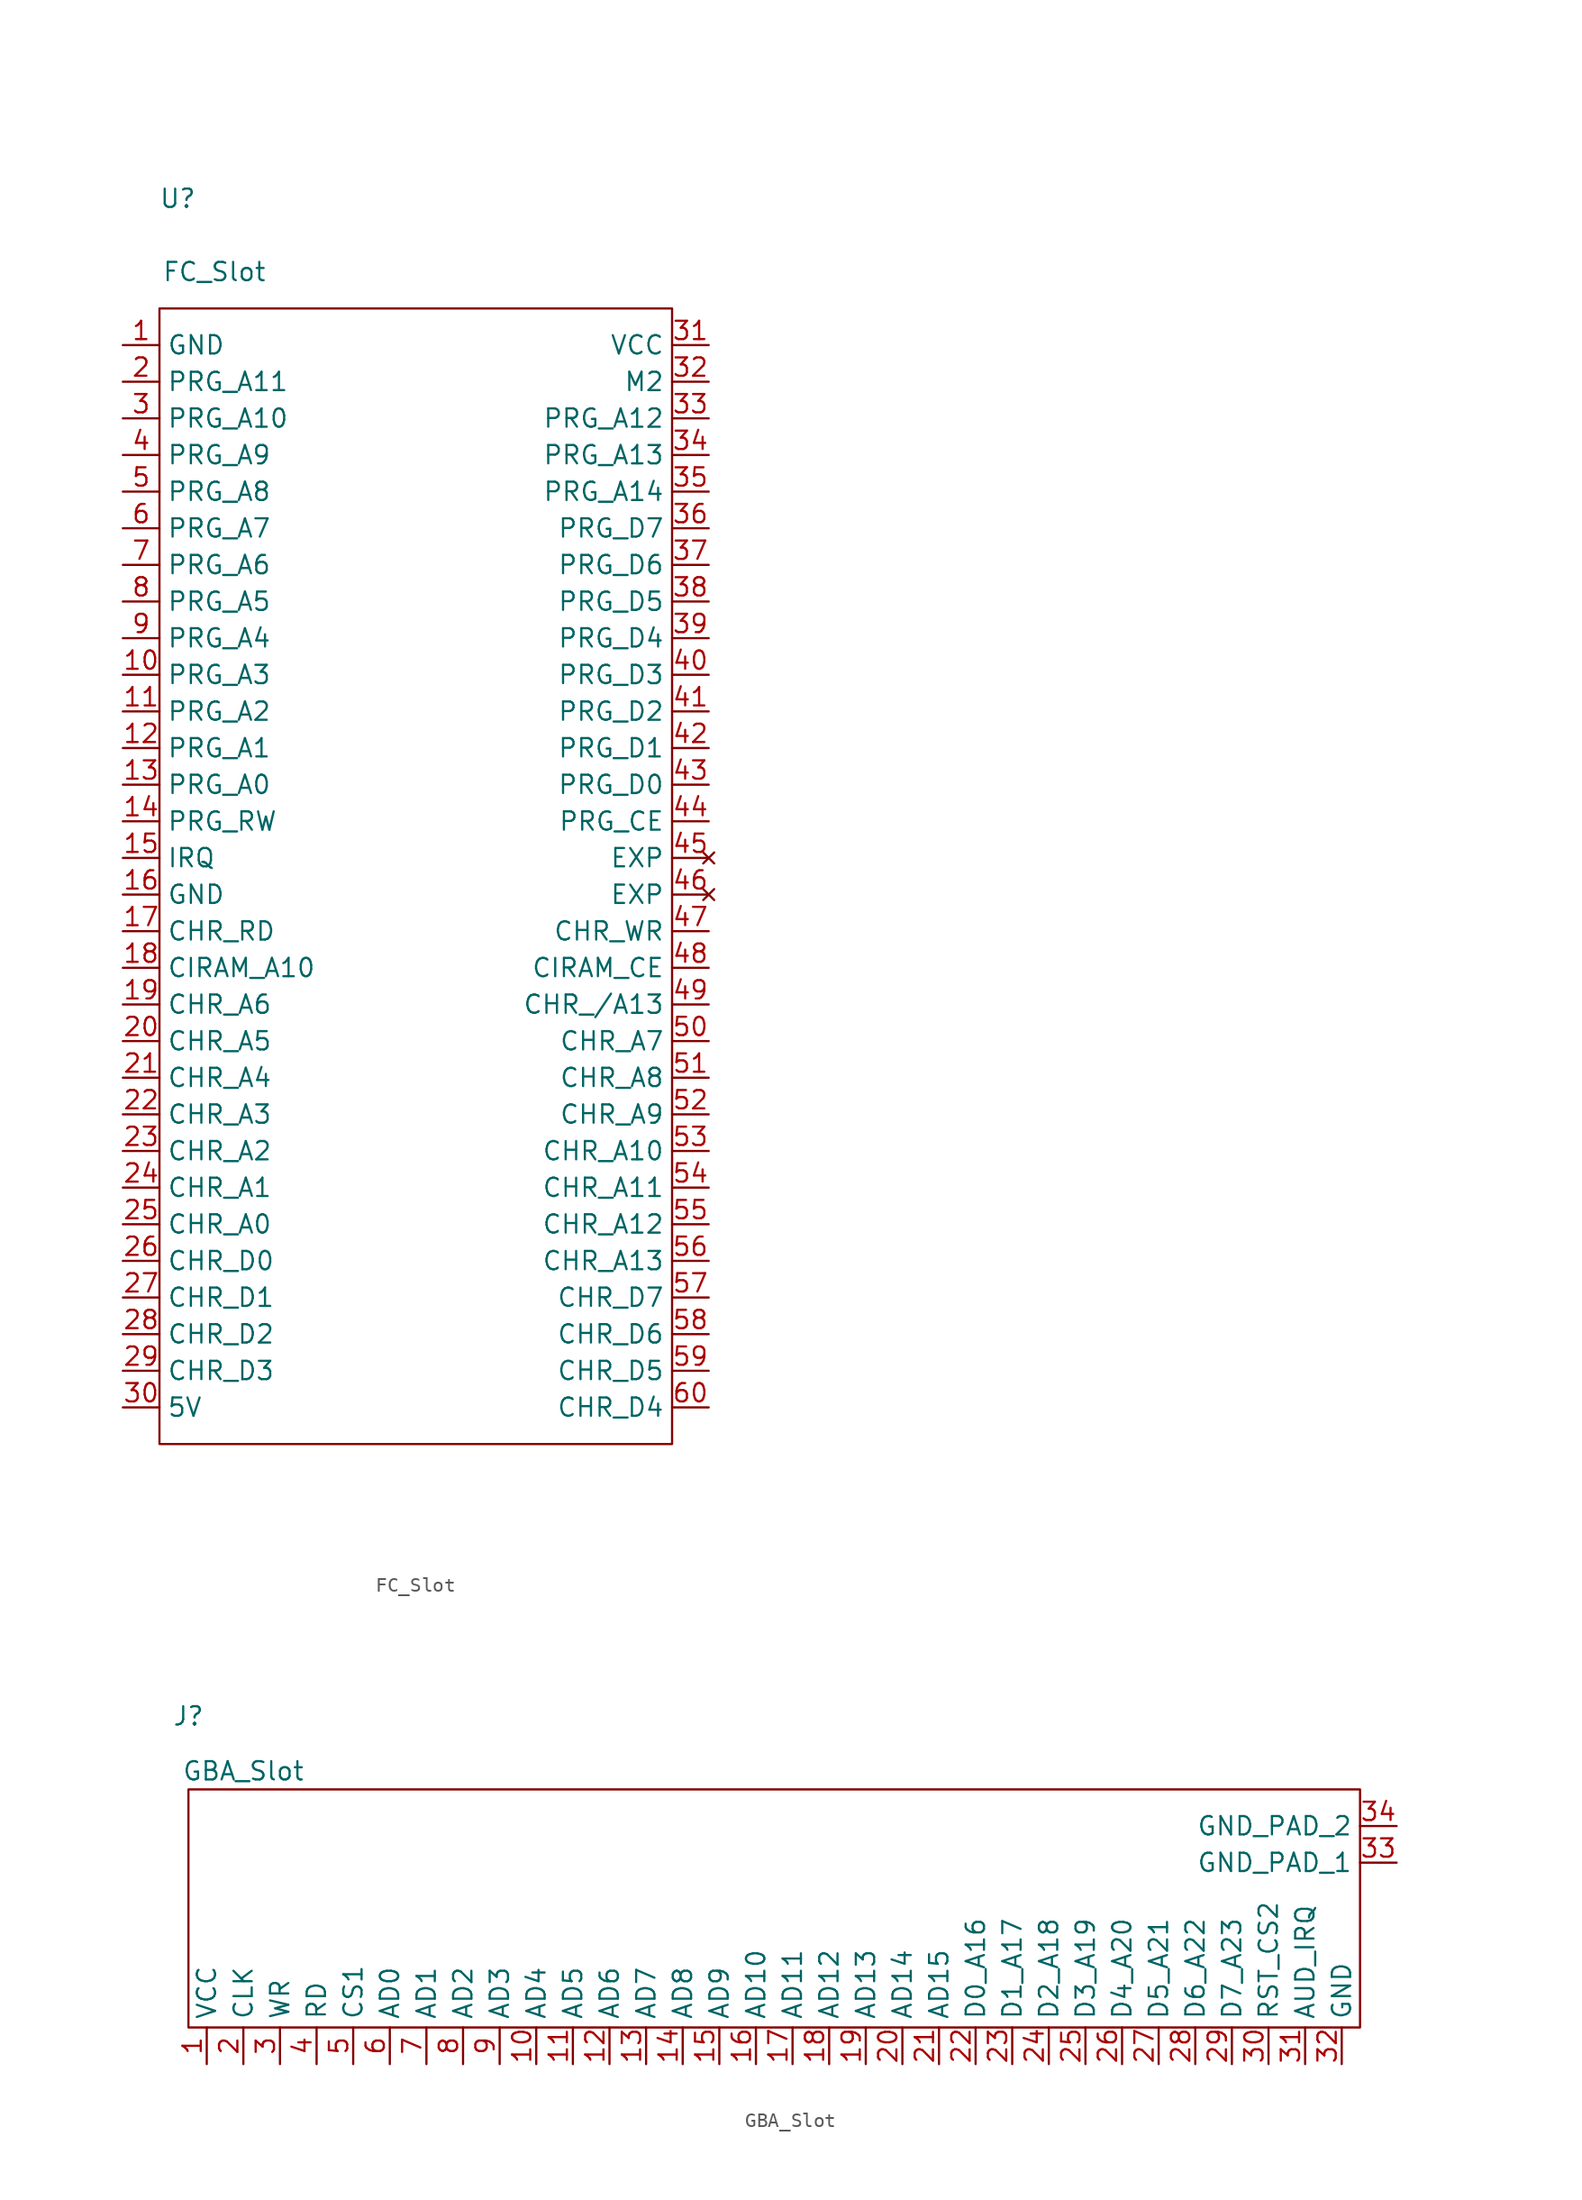
<source format=kicad_sym>
(kicad_symbol_lib
  (version 20211014)
  (generator kicad_symbol_editor)
  (symbol "FC_Slot"
    (property "Reference" "U"
      (at -16.51 52.07 0)
      (effects (font (size 1.27 1.27))))
    (property "Value" "FC_Slot"
      (at -13.97 46.99 0)
      (effects (font (size 1.27 1.27))))
    (symbol "FC_Slot_0_1"
      (rectangle (start -17.78 44.45) (end 17.78 -34.29) (stroke (width 0.152) (type default) (color 0 0 0 0)) (fill (type none))))
    (symbol "FC_Slot_1_1"
      (pin power_in line (at -20.32 41.91 0) (length 2.54) (name "GND" (effects (font (size 1.27 1.27)))) (number "1" (effects (font (size 1.27 1.27)))))
      (pin input line (at -20.32 19.05 0) (length 2.54) (name "PRG_A3" (effects (font (size 1.27 1.27)))) (number "10" (effects (font (size 1.27 1.27)))))
      (pin input line (at -20.32 16.51 0) (length 2.54) (name "PRG_A2" (effects (font (size 1.27 1.27)))) (number "11" (effects (font (size 1.27 1.27)))))
      (pin input line (at -20.32 13.97 0) (length 2.54) (name "PRG_A1" (effects (font (size 1.27 1.27)))) (number "12" (effects (font (size 1.27 1.27)))))
      (pin input line (at -20.32 11.43 0) (length 2.54) (name "PRG_A0" (effects (font (size 1.27 1.27)))) (number "13" (effects (font (size 1.27 1.27)))))
      (pin input line (at -20.32 8.89 0) (length 2.54) (name "PRG_RW" (effects (font (size 1.27 1.27)))) (number "14" (effects (font (size 1.27 1.27)))))
      (pin input line (at -20.32 6.35 0) (length 2.54) (name "IRQ" (effects (font (size 1.27 1.27)))) (number "15" (effects (font (size 1.27 1.27)))))
      (pin power_in line (at -20.32 3.81 0) (length 2.54) (name "GND" (effects (font (size 1.27 1.27)))) (number "16" (effects (font (size 1.27 1.27)))))
      (pin input line (at -20.32 1.27 0) (length 2.54) (name "CHR_RD" (effects (font (size 1.27 1.27)))) (number "17" (effects (font (size 1.27 1.27)))))
      (pin input line (at -20.32 -1.27 0) (length 2.54) (name "CIRAM_A10" (effects (font (size 1.27 1.27)))) (number "18" (effects (font (size 1.27 1.27)))))
      (pin input line (at -20.32 -3.81 0) (length 2.54) (name "CHR_A6" (effects (font (size 1.27 1.27)))) (number "19" (effects (font (size 1.27 1.27)))))
      (pin input line (at -20.32 39.37 0) (length 2.54) (name "PRG_A11" (effects (font (size 1.27 1.27)))) (number "2" (effects (font (size 1.27 1.27)))))
      (pin input line (at -20.32 -6.35 0) (length 2.54) (name "CHR_A5" (effects (font (size 1.27 1.27)))) (number "20" (effects (font (size 1.27 1.27)))))
      (pin input line (at -20.32 -8.89 0) (length 2.54) (name "CHR_A4" (effects (font (size 1.27 1.27)))) (number "21" (effects (font (size 1.27 1.27)))))
      (pin input line (at -20.32 -11.43 0) (length 2.54) (name "CHR_A3" (effects (font (size 1.27 1.27)))) (number "22" (effects (font (size 1.27 1.27)))))
      (pin input line (at -20.32 -13.97 0) (length 2.54) (name "CHR_A2" (effects (font (size 1.27 1.27)))) (number "23" (effects (font (size 1.27 1.27)))))
      (pin input line (at -20.32 -16.51 0) (length 2.54) (name "CHR_A1" (effects (font (size 1.27 1.27)))) (number "24" (effects (font (size 1.27 1.27)))))
      (pin input line (at -20.32 -19.05 0) (length 2.54) (name "CHR_A0" (effects (font (size 1.27 1.27)))) (number "25" (effects (font (size 1.27 1.27)))))
      (pin bidirectional line (at -20.32 -21.59 0) (length 2.54) (name "CHR_D0" (effects (font (size 1.27 1.27)))) (number "26" (effects (font (size 1.27 1.27)))))
      (pin bidirectional line (at -20.32 -24.13 0) (length 2.54) (name "CHR_D1" (effects (font (size 1.27 1.27)))) (number "27" (effects (font (size 1.27 1.27)))))
      (pin bidirectional line (at -20.32 -26.67 0) (length 2.54) (name "CHR_D2" (effects (font (size 1.27 1.27)))) (number "28" (effects (font (size 1.27 1.27)))))
      (pin bidirectional line (at -20.32 -29.21 0) (length 2.54) (name "CHR_D3" (effects (font (size 1.27 1.27)))) (number "29" (effects (font (size 1.27 1.27)))))
      (pin input line (at -20.32 36.83 0) (length 2.54) (name "PRG_A10" (effects (font (size 1.27 1.27)))) (number "3" (effects (font (size 1.27 1.27)))))
      (pin power_in line (at -20.32 -31.75 0) (length 2.54) (name "5V" (effects (font (size 1.27 1.27)))) (number "30" (effects (font (size 1.27 1.27)))))
      (pin power_in line (at 20.32 41.91 180) (length 2.54) (name "VCC" (effects (font (size 1.27 1.27)))) (number "31" (effects (font (size 1.27 1.27)))))
      (pin input line (at 20.32 39.37 180) (length 2.54) (name "M2" (effects (font (size 1.27 1.27)))) (number "32" (effects (font (size 1.27 1.27)))))
      (pin input line (at 20.32 36.83 180) (length 2.54) (name "PRG_A12" (effects (font (size 1.27 1.27)))) (number "33" (effects (font (size 1.27 1.27)))))
      (pin input line (at 20.32 34.29 180) (length 2.54) (name "PRG_A13" (effects (font (size 1.27 1.27)))) (number "34" (effects (font (size 1.27 1.27)))))
      (pin input line (at 20.32 31.75 180) (length 2.54) (name "PRG_A14" (effects (font (size 1.27 1.27)))) (number "35" (effects (font (size 1.27 1.27)))))
      (pin bidirectional line (at 20.32 29.21 180) (length 2.54) (name "PRG_D7" (effects (font (size 1.27 1.27)))) (number "36" (effects (font (size 1.27 1.27)))))
      (pin bidirectional line (at 20.32 26.67 180) (length 2.54) (name "PRG_D6" (effects (font (size 1.27 1.27)))) (number "37" (effects (font (size 1.27 1.27)))))
      (pin bidirectional line (at 20.32 24.13 180) (length 2.54) (name "PRG_D5" (effects (font (size 1.27 1.27)))) (number "38" (effects (font (size 1.27 1.27)))))
      (pin bidirectional line (at 20.32 21.59 180) (length 2.54) (name "PRG_D4" (effects (font (size 1.27 1.27)))) (number "39" (effects (font (size 1.27 1.27)))))
      (pin input line (at -20.32 34.29 0) (length 2.54) (name "PRG_A9" (effects (font (size 1.27 1.27)))) (number "4" (effects (font (size 1.27 1.27)))))
      (pin bidirectional line (at 20.32 19.05 180) (length 2.54) (name "PRG_D3" (effects (font (size 1.27 1.27)))) (number "40" (effects (font (size 1.27 1.27)))))
      (pin bidirectional line (at 20.32 16.51 180) (length 2.54) (name "PRG_D2" (effects (font (size 1.27 1.27)))) (number "41" (effects (font (size 1.27 1.27)))))
      (pin bidirectional line (at 20.32 13.97 180) (length 2.54) (name "PRG_D1" (effects (font (size 1.27 1.27)))) (number "42" (effects (font (size 1.27 1.27)))))
      (pin bidirectional line (at 20.32 11.43 180) (length 2.54) (name "PRG_D0" (effects (font (size 1.27 1.27)))) (number "43" (effects (font (size 1.27 1.27)))))
      (pin input line (at 20.32 8.89 180) (length 2.54) (name "PRG_CE" (effects (font (size 1.27 1.27)))) (number "44" (effects (font (size 1.27 1.27)))))
      (pin no_connect line (at 20.32 6.35 180) (length 2.54) (name "EXP" (effects (font (size 1.27 1.27)))) (number "45" (effects (font (size 1.27 1.27)))))
      (pin no_connect line (at 20.32 3.81 180) (length 2.54) (name "EXP" (effects (font (size 1.27 1.27)))) (number "46" (effects (font (size 1.27 1.27)))))
      (pin input line (at 20.32 1.27 180) (length 2.54) (name "CHR_WR" (effects (font (size 1.27 1.27)))) (number "47" (effects (font (size 1.27 1.27)))))
      (pin input line (at 20.32 -1.27 180) (length 2.54) (name "CIRAM_CE" (effects (font (size 1.27 1.27)))) (number "48" (effects (font (size 1.27 1.27)))))
      (pin input line (at 20.32 -3.81 180) (length 2.54) (name "CHR_/A13" (effects (font (size 1.27 1.27)))) (number "49" (effects (font (size 1.27 1.27)))))
      (pin input line (at -20.32 31.75 0) (length 2.54) (name "PRG_A8" (effects (font (size 1.27 1.27)))) (number "5" (effects (font (size 1.27 1.27)))))
      (pin bidirectional line (at 20.32 -6.35 180) (length 2.54) (name "CHR_A7" (effects (font (size 1.27 1.27)))) (number "50" (effects (font (size 1.27 1.27)))))
      (pin input line (at 20.32 -8.89 180) (length 2.54) (name "CHR_A8" (effects (font (size 1.27 1.27)))) (number "51" (effects (font (size 1.27 1.27)))))
      (pin input line (at 20.32 -11.43 180) (length 2.54) (name "CHR_A9" (effects (font (size 1.27 1.27)))) (number "52" (effects (font (size 1.27 1.27)))))
      (pin input line (at 20.32 -13.97 180) (length 2.54) (name "CHR_A10" (effects (font (size 1.27 1.27)))) (number "53" (effects (font (size 1.27 1.27)))))
      (pin input line (at 20.32 -16.51 180) (length 2.54) (name "CHR_A11" (effects (font (size 1.27 1.27)))) (number "54" (effects (font (size 1.27 1.27)))))
      (pin input line (at 20.32 -19.05 180) (length 2.54) (name "CHR_A12" (effects (font (size 1.27 1.27)))) (number "55" (effects (font (size 1.27 1.27)))))
      (pin input line (at 20.32 -21.59 180) (length 2.54) (name "CHR_A13" (effects (font (size 1.27 1.27)))) (number "56" (effects (font (size 1.27 1.27)))))
      (pin bidirectional line (at 20.32 -24.13 180) (length 2.54) (name "CHR_D7" (effects (font (size 1.27 1.27)))) (number "57" (effects (font (size 1.27 1.27)))))
      (pin bidirectional line (at 20.32 -26.67 180) (length 2.54) (name "CHR_D6" (effects (font (size 1.27 1.27)))) (number "58" (effects (font (size 1.27 1.27)))))
      (pin bidirectional line (at 20.32 -29.21 180) (length 2.54) (name "CHR_D5" (effects (font (size 1.27 1.27)))) (number "59" (effects (font (size 1.27 1.27)))))
      (pin input line (at -20.32 29.21 0) (length 2.54) (name "PRG_A7" (effects (font (size 1.27 1.27)))) (number "6" (effects (font (size 1.27 1.27)))))
      (pin bidirectional line (at 20.32 -31.75 180) (length 2.54) (name "CHR_D4" (effects (font (size 1.27 1.27)))) (number "60" (effects (font (size 1.27 1.27)))))
      (pin input line (at -20.32 26.67 0) (length 2.54) (name "PRG_A6" (effects (font (size 1.27 1.27)))) (number "7" (effects (font (size 1.27 1.27)))))
      (pin input line (at -20.32 24.13 0) (length 2.54) (name "PRG_A5" (effects (font (size 1.27 1.27)))) (number "8" (effects (font (size 1.27 1.27)))))
      (pin input line (at -20.32 21.59 0) (length 2.54) (name "PRG_A4" (effects (font (size 1.27 1.27)))) (number "9" (effects (font (size 1.27 1.27)))))))
  (symbol "GBA_Slot"
    (property "Reference" "J"
      (at -39.37 15.24 0)
      (effects (font (size 1.27 1.27))))
    (property "Value" "GBA_Slot"
      (at -35.56 11.43 0)
      (effects (font (size 1.27 1.27))))
    (symbol "GBA_Slot_0_1"
      (rectangle (start 41.91 -6.35) (end -39.37 10.16) (stroke (width 0.152) (type default) (color 0 0 0 0)) (fill (type none))))
    (symbol "GBA_Slot_1_1"
      (pin power_in line (at -38.1 -8.89 90) (length 2.54) (name "VCC" (effects (font (size 1.27 1.27)))) (number "1" (effects (font (size 1.27 1.27)))))
      (pin bidirectional line (at -15.24 -8.89 90) (length 2.54) (name "AD4" (effects (font (size 1.27 1.27)))) (number "10" (effects (font (size 1.27 1.27)))))
      (pin bidirectional line (at -12.7 -8.89 90) (length 2.54) (name "AD5" (effects (font (size 1.27 1.27)))) (number "11" (effects (font (size 1.27 1.27)))))
      (pin bidirectional line (at -10.16 -8.89 90) (length 2.54) (name "AD6" (effects (font (size 1.27 1.27)))) (number "12" (effects (font (size 1.27 1.27)))))
      (pin bidirectional line (at -7.62 -8.89 90) (length 2.54) (name "AD7" (effects (font (size 1.27 1.27)))) (number "13" (effects (font (size 1.27 1.27)))))
      (pin bidirectional line (at -5.08 -8.89 90) (length 2.54) (name "AD8" (effects (font (size 1.27 1.27)))) (number "14" (effects (font (size 1.27 1.27)))))
      (pin bidirectional line (at -2.54 -8.89 90) (length 2.54) (name "AD9" (effects (font (size 1.27 1.27)))) (number "15" (effects (font (size 1.27 1.27)))))
      (pin bidirectional line (at 0 -8.89 90) (length 2.54) (name "AD10" (effects (font (size 1.27 1.27)))) (number "16" (effects (font (size 1.27 1.27)))))
      (pin bidirectional line (at 2.54 -8.89 90) (length 2.54) (name "AD11" (effects (font (size 1.27 1.27)))) (number "17" (effects (font (size 1.27 1.27)))))
      (pin bidirectional line (at 5.08 -8.89 90) (length 2.54) (name "AD12" (effects (font (size 1.27 1.27)))) (number "18" (effects (font (size 1.27 1.27)))))
      (pin bidirectional line (at 7.62 -8.89 90) (length 2.54) (name "AD13" (effects (font (size 1.27 1.27)))) (number "19" (effects (font (size 1.27 1.27)))))
      (pin input line (at -35.56 -8.89 90) (length 2.54) (name "CLK" (effects (font (size 1.27 1.27)))) (number "2" (effects (font (size 1.27 1.27)))))
      (pin bidirectional line (at 10.16 -8.89 90) (length 2.54) (name "AD14" (effects (font (size 1.27 1.27)))) (number "20" (effects (font (size 1.27 1.27)))))
      (pin bidirectional line (at 12.7 -8.89 90) (length 2.54) (name "AD15" (effects (font (size 1.27 1.27)))) (number "21" (effects (font (size 1.27 1.27)))))
      (pin bidirectional line (at 15.24 -8.89 90) (length 2.54) (name "D0_A16" (effects (font (size 1.27 1.27)))) (number "22" (effects (font (size 1.27 1.27)))))
      (pin bidirectional line (at 17.78 -8.89 90) (length 2.54) (name "D1_A17" (effects (font (size 1.27 1.27)))) (number "23" (effects (font (size 1.27 1.27)))))
      (pin bidirectional line (at 20.32 -8.89 90) (length 2.54) (name "D2_A18" (effects (font (size 1.27 1.27)))) (number "24" (effects (font (size 1.27 1.27)))))
      (pin bidirectional line (at 22.86 -8.89 90) (length 2.54) (name "D3_A19" (effects (font (size 1.27 1.27)))) (number "25" (effects (font (size 1.27 1.27)))))
      (pin bidirectional line (at 25.4 -8.89 90) (length 2.54) (name "D4_A20" (effects (font (size 1.27 1.27)))) (number "26" (effects (font (size 1.27 1.27)))))
      (pin bidirectional line (at 27.94 -8.89 90) (length 2.54) (name "D5_A21" (effects (font (size 1.27 1.27)))) (number "27" (effects (font (size 1.27 1.27)))))
      (pin bidirectional line (at 30.48 -8.89 90) (length 2.54) (name "D6_A22" (effects (font (size 1.27 1.27)))) (number "28" (effects (font (size 1.27 1.27)))))
      (pin bidirectional line (at 33.02 -8.89 90) (length 2.54) (name "D7_A23" (effects (font (size 1.27 1.27)))) (number "29" (effects (font (size 1.27 1.27)))))
      (pin input line (at -33.02 -8.89 90) (length 2.54) (name "WR" (effects (font (size 1.27 1.27)))) (number "3" (effects (font (size 1.27 1.27)))))
      (pin input line (at 35.56 -8.89 90) (length 2.54) (name "RST_CS2" (effects (font (size 1.27 1.27)))) (number "30" (effects (font (size 1.27 1.27)))))
      (pin input line (at 38.1 -8.89 90) (length 2.54) (name "AUD_IRQ" (effects (font (size 1.27 1.27)))) (number "31" (effects (font (size 1.27 1.27)))))
      (pin power_in line (at 40.64 -8.89 90) (length 2.54) (name "GND" (effects (font (size 1.27 1.27)))) (number "32" (effects (font (size 1.27 1.27)))))
      (pin power_in line (at 44.45 5.08 180) (length 2.54) (name "GND_PAD_1" (effects (font (size 1.27 1.27)))) (number "33" (effects (font (size 1.27 1.27)))))
      (pin power_in line (at 44.45 7.62 180) (length 2.54) (name "GND_PAD_2" (effects (font (size 1.27 1.27)))) (number "34" (effects (font (size 1.27 1.27)))))
      (pin input line (at -30.48 -8.89 90) (length 2.54) (name "RD" (effects (font (size 1.27 1.27)))) (number "4" (effects (font (size 1.27 1.27)))))
      (pin input line (at -27.94 -8.89 90) (length 2.54) (name "CS1" (effects (font (size 1.27 1.27)))) (number "5" (effects (font (size 1.27 1.27)))))
      (pin bidirectional line (at -25.4 -8.89 90) (length 2.54) (name "AD0" (effects (font (size 1.27 1.27)))) (number "6" (effects (font (size 1.27 1.27)))))
      (pin bidirectional line (at -22.86 -8.89 90) (length 2.54) (name "AD1" (effects (font (size 1.27 1.27)))) (number "7" (effects (font (size 1.27 1.27)))))
      (pin bidirectional line (at -20.32 -8.89 90) (length 2.54) (name "AD2" (effects (font (size 1.27 1.27)))) (number "8" (effects (font (size 1.27 1.27)))))
      (pin bidirectional line (at -17.78 -8.89 90) (length 2.54) (name "AD3" (effects (font (size 1.27 1.27)))) (number "9" (effects (font (size 1.27 1.27))))))))
</source>
